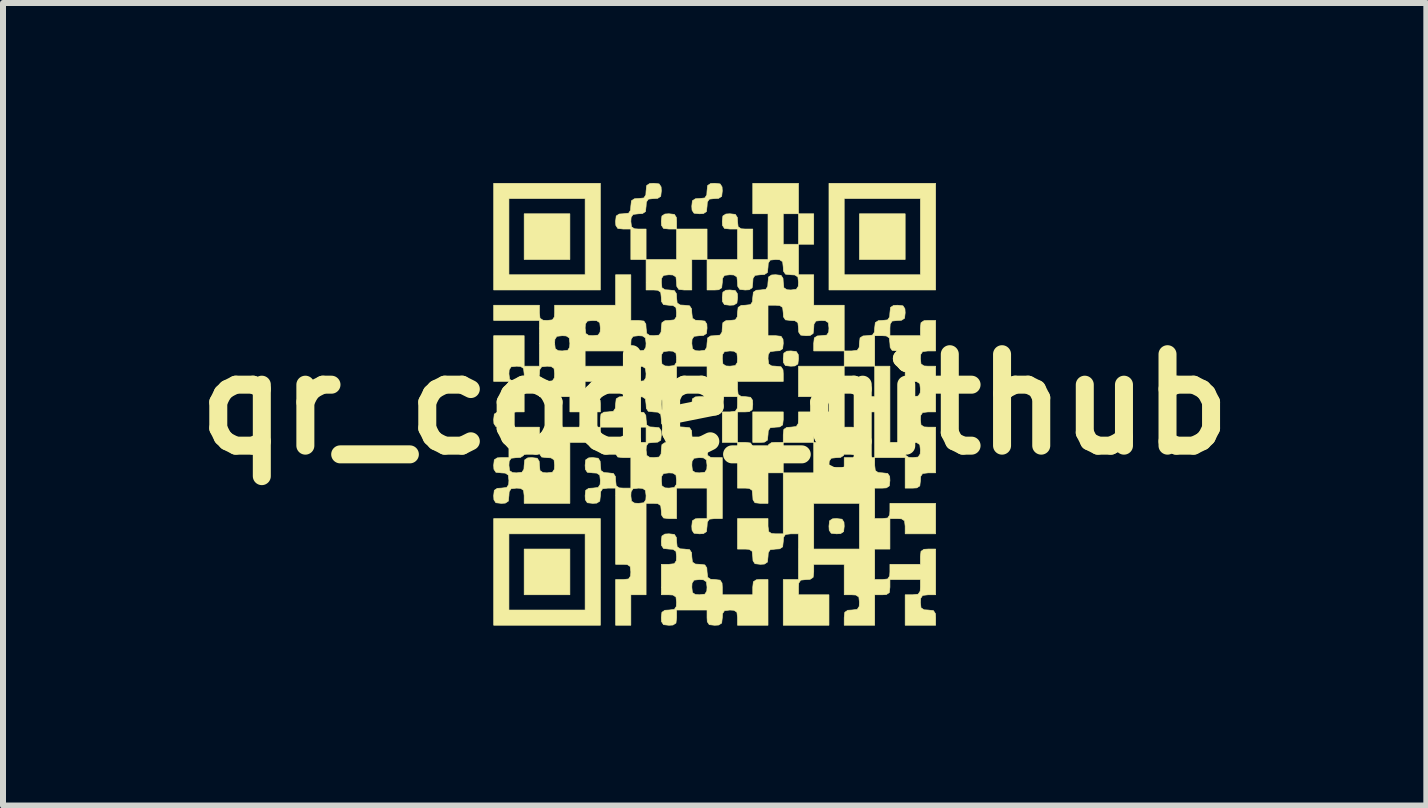
<source format=kicad_pcb>
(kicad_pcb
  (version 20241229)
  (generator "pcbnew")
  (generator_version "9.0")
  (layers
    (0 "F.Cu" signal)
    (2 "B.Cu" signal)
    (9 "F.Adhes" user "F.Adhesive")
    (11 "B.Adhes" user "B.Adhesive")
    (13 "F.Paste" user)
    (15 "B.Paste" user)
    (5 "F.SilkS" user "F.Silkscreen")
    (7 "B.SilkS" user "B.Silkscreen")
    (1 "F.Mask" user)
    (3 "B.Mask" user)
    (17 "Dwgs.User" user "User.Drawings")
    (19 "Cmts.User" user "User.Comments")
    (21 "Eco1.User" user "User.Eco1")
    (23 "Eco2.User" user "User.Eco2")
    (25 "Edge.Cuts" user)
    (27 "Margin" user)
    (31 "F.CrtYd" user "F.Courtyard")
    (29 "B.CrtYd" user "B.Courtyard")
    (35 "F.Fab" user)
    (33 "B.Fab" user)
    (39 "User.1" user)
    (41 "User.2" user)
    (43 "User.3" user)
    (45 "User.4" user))
  (footprint "qr_code_github"
    (layer "F.Cu")
    (at 8.861 3.688)
    (property "Reference" "qr_code_github" (at 0 0 0) (layer "F.SilkS") (effects (font (size 1.524 1.524) (thickness 0.3))))
    (attr through_hole)
    (fp_poly (pts (xy -2.413 -2.413) (xy -3.175 -2.413) (xy -3.175 -3.175) (xy -2.413 -3.175) (xy -2.413 -2.413)) (stroke (width 0.01) (type solid)) (fill yes) (layer "F.SilkS"))
    (fp_poly (pts (xy -2.413 3.175) (xy -3.175 3.175) (xy -3.175 2.413) (xy -2.413 2.413) (xy -2.413 3.175)) (stroke (width 0.01) (type solid)) (fill yes) (layer "F.SilkS"))
    (fp_poly (pts (xy 1.397 -3.175) (xy 1.651 -3.175) (xy 1.651 -2.667) (xy 1.397 -2.667) (xy 1.397 -3.175)) (stroke (width 0.01) (type solid)) (fill yes) (layer "F.SilkS"))
    (fp_poly (pts (xy 3.175 -2.413) (xy 2.413 -2.413) (xy 2.413 -3.175) (xy 3.175 -3.175) (xy 3.175 -2.413)) (stroke (width 0.01) (type solid)) (fill yes) (layer "F.SilkS"))
    (fp_poly (pts (xy -1.905 -1.905) (xy -3.683 -1.905) (xy -3.683 -3.429) (xy -3.429 -3.429) (xy -3.429 -2.159) (xy -2.159 -2.159) (xy -2.159 -3.429) (xy -3.429 -3.429) (xy -3.683 -3.429) (xy -3.683 -3.683) (xy -1.905 -3.683) (xy -1.905 -1.905)) (stroke (width 0.01) (type solid)) (fill yes) (layer "F.SilkS"))
    (fp_poly (pts (xy -1.905 3.683) (xy -3.683 3.683) (xy -3.683 2.159) (xy -3.429 2.159) (xy -3.429 3.429) (xy -2.159 3.429) (xy -2.159 2.159) (xy -3.429 2.159) (xy -3.683 2.159) (xy -3.683 1.905) (xy -1.905 1.905) (xy -1.905 3.683)) (stroke (width 0.01) (type solid)) (fill yes) (layer "F.SilkS"))
    (fp_poly (pts (xy -0.762 -2.921) (xy -0.852 -2.931) (xy -0.885 -2.981) (xy -0.889 -3.048) (xy -0.879 -3.138) (xy -0.829 -3.171) (xy -0.762 -3.175) (xy -0.672 -3.165) (xy -0.639 -3.115) (xy -0.635 -3.048) (xy -0.635 -2.921) (xy -0.762 -2.921)) (stroke (width 0.01) (type solid)) (fill yes) (layer "F.SilkS"))
    (fp_poly (pts (xy -0.127 0) (xy -0.137 0.09) (xy -0.187 0.123) (xy -0.254 0.127) (xy -0.344 0.117) (xy -0.377 0.067) (xy -0.381 0) (xy -0.371 -0.09) (xy -0.321 -0.123) (xy -0.254 -0.127) (xy -0.127 -0.127) (xy -0.127 0)) (stroke (width 0.01) (type solid)) (fill yes) (layer "F.SilkS"))
    (fp_poly (pts (xy 3.683 -1.905) (xy 1.905 -1.905) (xy 1.905 -3.429) (xy 2.159 -3.429) (xy 2.159 -2.159) (xy 3.429 -2.159) (xy 3.429 -3.429) (xy 2.159 -3.429) (xy 1.905 -3.429) (xy 1.905 -3.683) (xy 3.683 -3.683) (xy 3.683 -1.905)) (stroke (width 0.01) (type solid)) (fill yes) (layer "F.SilkS"))
    (fp_poly (pts (xy 0.344 -1.895) (xy 0.377 -1.845) (xy 0.381 -1.778) (xy 0.371 -1.688) (xy 0.321 -1.655) (xy 0.254 -1.651) (xy 0.164 -1.661) (xy 0.131 -1.711) (xy 0.127 -1.778) (xy 0.137 -1.868) (xy 0.187 -1.901) (xy 0.254 -1.905) (xy 0.344 -1.895)) (stroke (width 0.01) (type solid)) (fill yes) (layer "F.SilkS"))
    (fp_poly (pts (xy 1.36 -0.879) (xy 1.393 -0.829) (xy 1.397 -0.762) (xy 1.387 -0.672) (xy 1.337 -0.639) (xy 1.27 -0.635) (xy 1.18 -0.645) (xy 1.147 -0.695) (xy 1.143 -0.762) (xy 1.153 -0.852) (xy 1.203 -0.885) (xy 1.27 -0.889) (xy 1.36 -0.879)) (stroke (width 0.01) (type solid)) (fill yes) (layer "F.SilkS"))
    (fp_poly (pts (xy 2.122 1.915) (xy 2.155 1.965) (xy 2.159 2.032) (xy 2.149 2.122) (xy 2.099 2.155) (xy 2.032 2.159) (xy 1.942 2.149) (xy 1.909 2.099) (xy 1.905 2.032) (xy 1.915 1.942) (xy 1.965 1.909) (xy 2.032 1.905) (xy 2.122 1.915)) (stroke (width 0.01) (type solid)) (fill yes) (layer "F.SilkS"))
    (fp_poly (pts (xy 1.143 0.254) (xy 1.133 0.344) (xy 1.083 0.377) (xy 1.016 0.381) (xy 0.926 0.391) (xy 0.893 0.441) (xy 0.889 0.508) (xy 0.879 0.598) (xy 0.829 0.631) (xy 0.762 0.635) (xy 0.635 0.635) (xy 0.635 0.127) (xy 1.143 0.127) (xy 1.143 0.254)) (stroke (width 0.01) (type solid)) (fill yes) (layer "F.SilkS"))
    (fp_poly (pts (xy 0.09 -3.673) (xy 0.123 -3.623) (xy 0.127 -3.556) (xy 0.117 -3.466) (xy 0.067 -3.433) (xy 0 -3.429) (xy -0.09 -3.419) (xy -0.123 -3.369) (xy -0.127 -3.302) (xy -0.137 -3.212) (xy -0.187 -3.179) (xy -0.254 -3.175) (xy -0.344 -3.185) (xy -0.377 -3.235) (xy -0.381 -3.302) (xy -0.371 -3.392) (xy -0.321 -3.425) (xy -0.254 -3.429) (xy -0.164 -3.439) (xy -0.131 -3.489) (xy -0.127 -3.556) (xy -0.117 -3.646) (xy -0.067 -3.679) (xy 0 -3.683) (xy 0.09 -3.673)) (stroke (width 0.01) (type solid)) (fill yes) (layer "F.SilkS"))
    (fp_poly (pts (xy -1.397 -2.413) (xy -1.397 -2.921) (xy -1.524 -2.921) (xy -1.614 -2.931) (xy -1.647 -2.981) (xy -1.651 -3.048) (xy -1.641 -3.138) (xy -1.591 -3.171) (xy -1.524 -3.175) (xy -1.434 -3.185) (xy -1.401 -3.235) (xy -1.397 -3.302) (xy -1.387 -3.392) (xy -1.337 -3.425) (xy -1.27 -3.429) (xy -1.18 -3.439) (xy -1.147 -3.489) (xy -1.143 -3.556) (xy -1.133 -3.646) (xy -1.083 -3.679) (xy -1.016 -3.683) (xy -0.926 -3.673) (xy -0.893 -3.623) (xy -0.889 -3.556) (xy -0.899 -3.466) (xy -0.949 -3.433) (xy -1.016 -3.429) (xy -1.106 -3.419) (xy -1.139 -3.369) (xy -1.143 -3.302) (xy -1.153 -3.212) (xy -1.203 -3.179) (xy -1.27 -3.175) (xy -1.36 -3.165) (xy -1.393 -3.115) (xy -1.397 -3.048) (xy -1.387 -2.958) (xy -1.337 -2.925) (xy -1.27 -2.921) (xy -1.143 -2.921) (xy -1.143 -2.413) (xy -1.397 -2.413)) (stroke (width 0.01) (type solid)) (fill yes) (layer "F.SilkS"))
    (fp_poly (pts (xy -0.672 2.169) (xy -0.639 2.219) (xy -0.635 2.286) (xy -0.625 2.376) (xy -0.575 2.409) (xy -0.508 2.413) (xy -0.418 2.423) (xy -0.385 2.473) (xy -0.381 2.54) (xy -0.371 2.63) (xy -0.321 2.663) (xy -0.254 2.667) (xy -0.164 2.677) (xy -0.131 2.727) (xy -0.127 2.794) (xy -0.117 2.884) (xy -0.067 2.917) (xy 0 2.921) (xy 0.09 2.931) (xy 0.123 2.981) (xy 0.127 3.048) (xy 0.127 3.175) (xy 0.635 3.175) (xy 0.635 3.048) (xy 0.645 2.958) (xy 0.695 2.925) (xy 0.762 2.921) (xy 0.889 2.921) (xy 0.889 3.683) (xy 0.381 3.683) (xy 0.381 3.556) (xy 0.371 3.466) (xy 0.321 3.433) (xy 0.254 3.429) (xy 0.164 3.439) (xy 0.131 3.489) (xy 0.127 3.556) (xy 0.117 3.646) (xy 0.067 3.679) (xy 0 3.683) (xy -0.09 3.673) (xy -0.123 3.623) (xy -0.127 3.556) (xy -0.127 3.429) (xy -0.635 3.429) (xy -0.635 3.556) (xy -0.645 3.646) (xy -0.695 3.679) (xy -0.762 3.683) (xy -0.852 3.673) (xy -0.885 3.623) (xy -0.889 3.556) (xy -0.879 3.466) (xy -0.829 3.433) (xy -0.762 3.429) (xy -0.672 3.419) (xy -0.639 3.369) (xy -0.635 3.302) (xy -0.645 3.212) (xy -0.695 3.179) (xy -0.762 3.175) (xy -0.889 3.175) (xy -0.889 3.048) (xy -0.381 3.048) (xy -0.371 3.138) (xy -0.321 3.171) (xy -0.254 3.175) (xy -0.164 3.165) (xy -0.131 3.115) (xy -0.127 3.048) (xy -0.137 2.958) (xy -0.187 2.925) (xy -0.254 2.921) (xy -0.344 2.931) (xy -0.377 2.981) (xy -0.381 3.048) (xy -0.889 3.048) (xy -0.889 2.667) (xy -0.762 2.667) (xy -0.672 2.657) (xy -0.639 2.607) (xy -0.635 2.54) (xy -0.645 2.45) (xy -0.695 2.417) (xy -0.762 2.413) (xy -0.852 2.403) (xy -0.885 2.353) (xy -0.889 2.286) (xy -0.879 2.196) (xy -0.829 2.163) (xy -0.762 2.159) (xy -0.672 2.169)) (stroke (width 0.01) (type solid)) (fill yes) (layer "F.SilkS"))
    (fp_poly (pts (xy 1.397 -2.159) (xy 1.651 -2.159) (xy 1.651 -1.651) (xy 2.159 -1.651) (xy 2.159 -0.889) (xy 2.286 -0.889) (xy 2.376 -0.899) (xy 2.409 -0.949) (xy 2.413 -1.016) (xy 2.423 -1.106) (xy 2.473 -1.139) (xy 2.54 -1.143) (xy 2.667 -1.143) (xy 2.667 -0.635) (xy 2.921 -0.635) (xy 2.921 0.635) (xy 3.048 0.635) (xy 3.138 0.645) (xy 3.171 0.695) (xy 3.175 0.762) (xy 3.185 0.852) (xy 3.235 0.885) (xy 3.302 0.889) (xy 3.392 0.879) (xy 3.425 0.829) (xy 3.429 0.762) (xy 3.419 0.672) (xy 3.369 0.639) (xy 3.302 0.635) (xy 3.175 0.635) (xy 3.175 -0.127) (xy 3.302 -0.127) (xy 3.392 -0.137) (xy 3.425 -0.187) (xy 3.429 -0.254) (xy 3.419 -0.344) (xy 3.369 -0.377) (xy 3.302 -0.381) (xy 3.175 -0.381) (xy 3.175 -0.889) (xy 3.048 -0.889) (xy 2.958 -0.899) (xy 2.925 -0.949) (xy 2.921 -1.016) (xy 2.911 -1.106) (xy 2.861 -1.139) (xy 2.794 -1.143) (xy 2.667 -1.143) (xy 2.54 -1.143) (xy 2.63 -1.153) (xy 2.663 -1.203) (xy 2.667 -1.27) (xy 2.677 -1.36) (xy 2.727 -1.393) (xy 2.794 -1.397) (xy 2.884 -1.407) (xy 2.917 -1.457) (xy 2.921 -1.524) (xy 2.931 -1.614) (xy 2.981 -1.647) (xy 3.048 -1.651) (xy 3.138 -1.641) (xy 3.171 -1.591) (xy 3.175 -1.524) (xy 3.165 -1.434) (xy 3.115 -1.401) (xy 3.048 -1.397) (xy 2.958 -1.387) (xy 2.925 -1.337) (xy 2.921 -1.27) (xy 2.921 -1.143) (xy 3.429 -1.143) (xy 3.429 -1.27) (xy 3.439 -1.36) (xy 3.489 -1.393) (xy 3.556 -1.397) (xy 3.683 -1.397) (xy 3.683 -0.889) (xy 3.556 -0.889) (xy 3.466 -0.879) (xy 3.433 -0.829) (xy 3.429 -0.762) (xy 3.439 -0.672) (xy 3.489 -0.639) (xy 3.556 -0.635) (xy 3.683 -0.635) (xy 3.683 0.127) (xy 3.556 0.127) (xy 3.466 0.137) (xy 3.433 0.187) (xy 3.429 0.254) (xy 3.439 0.344) (xy 3.489 0.377) (xy 3.556 0.381) (xy 3.683 0.381) (xy 3.683 1.143) (xy 3.556 1.143) (xy 3.466 1.153) (xy 3.433 1.203) (xy 3.429 1.27) (xy 3.419 1.36) (xy 3.369 1.393) (xy 3.302 1.397) (xy 3.175 1.397) (xy 3.175 0.889) (xy 2.667 0.889) (xy 2.667 1.016) (xy 2.677 1.106) (xy 2.727 1.139) (xy 2.794 1.143) (xy 2.884 1.153) (xy 2.917 1.203) (xy 2.921 1.27) (xy 2.911 1.36) (xy 2.861 1.393) (xy 2.794 1.397) (xy 2.667 1.397) (xy 2.667 1.905) (xy 2.794 1.905) (xy 2.884 1.895) (xy 2.917 1.845) (xy 2.921 1.778) (xy 2.921 1.651) (xy 3.683 1.651) (xy 3.683 2.159) (xy 3.175 2.159) (xy 3.175 2.032) (xy 3.165 1.942) (xy 3.115 1.909) (xy 3.048 1.905) (xy 2.921 1.905) (xy 2.921 2.413) (xy 2.667 2.413) (xy 2.667 2.921) (xy 2.794 2.921) (xy 2.884 2.911) (xy 2.917 2.861) (xy 2.921 2.794) (xy 2.921 2.667) (xy 3.429 2.667) (xy 3.429 2.54) (xy 3.439 2.45) (xy 3.489 2.417) (xy 3.556 2.413) (xy 3.683 2.413) (xy 3.683 3.175) (xy 3.556 3.175) (xy 3.466 3.185) (xy 3.433 3.235) (xy 3.429 3.302) (xy 3.439 3.392) (xy 3.489 3.425) (xy 3.556 3.429) (xy 3.646 3.439) (xy 3.679 3.489) (xy 3.683 3.556) (xy 3.683 3.683) (xy 3.175 3.683) (xy 3.175 3.175) (xy 3.302 3.175) (xy 3.392 3.165) (xy 3.425 3.115) (xy 3.429 3.048) (xy 3.429 2.921) (xy 2.921 2.921) (xy 2.921 3.048) (xy 2.911 3.138) (xy 2.861 3.171) (xy 2.794 3.175) (xy 2.667 3.175) (xy 2.667 3.683) (xy 2.159 3.683) (xy 2.159 3.556) (xy 2.169 3.466) (xy 2.219 3.433) (xy 2.286 3.429) (xy 2.376 3.419) (xy 2.409 3.369) (xy 2.413 3.302) (xy 2.403 3.212) (xy 2.353 3.179) (xy 2.286 3.175) (xy 2.159 3.175) (xy 2.159 2.667) (xy 1.651 2.667) (xy 1.651 2.794) (xy 1.641 2.884) (xy 1.591 2.917) (xy 1.524 2.921) (xy 1.434 2.931) (xy 1.401 2.981) (xy 1.397 3.048) (xy 1.397 3.175) (xy 1.905 3.175) (xy 1.905 3.683) (xy 1.143 3.683) (xy 1.143 2.921) (xy 1.397 2.921) (xy 1.397 2.159) (xy 1.27 2.159) (xy 1.18 2.169) (xy 1.147 2.219) (xy 1.143 2.286) (xy 1.133 2.376) (xy 1.083 2.409) (xy 1.016 2.413) (xy 0.926 2.423) (xy 0.893 2.473) (xy 0.889 2.54) (xy 0.879 2.63) (xy 0.829 2.663) (xy 0.762 2.667) (xy 0.672 2.657) (xy 0.639 2.607) (xy 0.635 2.54) (xy 0.625 2.45) (xy 0.575 2.417) (xy 0.508 2.413) (xy 0.381 2.413) (xy 0.381 1.905) (xy 0.889 1.905) (xy 0.889 2.032) (xy 0.899 2.122) (xy 0.949 2.155) (xy 1.016 2.159) (xy 1.143 2.159) (xy 1.143 1.651) (xy 1.651 1.651) (xy 1.651 2.413) (xy 2.413 2.413) (xy 2.413 1.651) (xy 1.651 1.651) (xy 1.143 1.651) (xy 1.143 1.143) (xy 0.889 1.143) (xy 0.889 1.651) (xy 0.762 1.651) (xy 0.672 1.641) (xy 0.639 1.591) (xy 0.635 1.524) (xy 0.625 1.434) (xy 0.575 1.401) (xy 0.508 1.397) (xy 0.381 1.397) (xy 0.381 0.635) (xy 0.127 0.635) (xy 0.127 0.127) (xy 0.254 0.127) (xy 0.344 0.117) (xy 0.377 0.067) (xy 0.381 0) (xy 0.381 -0.127) (xy -0.127 -0.127) (xy -0.127 -0.381) (xy 0.381 -0.381) (xy 0.381 -0.254) (xy 0.391 -0.164) (xy 0.441 -0.131) (xy 0.508 -0.127) (xy 0.598 -0.117) (xy 0.631 -0.067) (xy 0.635 0) (xy 0.625 0.09) (xy 0.575 0.123) (xy 0.508 0.127) (xy 0.381 0.127) (xy 0.381 0.635) (xy 0.508 0.635) (xy 0.598 0.645) (xy 0.631 0.695) (xy 0.635 0.762) (xy 0.645 0.852) (xy 0.695 0.885) (xy 0.762 0.889) (xy 0.852 0.879) (xy 0.885 0.829) (xy 0.889 0.762) (xy 0.899 0.672) (xy 0.949 0.639) (xy 1.016 0.635) (xy 1.143 0.635) (xy 1.143 1.143) (xy 1.651 1.143) (xy 1.651 1.016) (xy 1.905 1.016) (xy 1.915 1.106) (xy 1.965 1.139) (xy 2.032 1.143) (xy 2.122 1.133) (xy 2.155 1.083) (xy 2.159 1.016) (xy 2.159 0.889) (xy 2.667 0.889) (xy 2.667 0.127) (xy 2.54 0.127) (xy 2.45 0.117) (xy 2.417 0.067) (xy 2.413 0) (xy 2.423 -0.09) (xy 2.473 -0.123) (xy 2.54 -0.127) (xy 2.667 -0.127) (xy 2.667 -0.635) (xy 2.159 -0.635) (xy 2.159 0.381) (xy 2.286 0.381) (xy 2.376 0.391) (xy 2.409 0.441) (xy 2.413 0.508) (xy 2.403 0.598) (xy 2.353 0.631) (xy 2.286 0.635) (xy 2.196 0.645) (xy 2.163 0.695) (xy 2.159 0.762) (xy 2.149 0.852) (xy 2.099 0.885) (xy 2.032 0.889) (xy 1.942 0.899) (xy 1.909 0.949) (xy 1.905 1.016) (xy 1.651 1.016) (xy 1.651 0.635) (xy 1.143 0.635) (xy 1.143 0.508) (xy 1.651 0.508) (xy 1.651 0.635) (xy 1.778 0.635) (xy 1.868 0.625) (xy 1.901 0.575) (xy 1.905 0.508) (xy 1.895 0.418) (xy 1.845 0.385) (xy 1.778 0.381) (xy 1.688 0.391) (xy 1.655 0.441) (xy 1.651 0.508) (xy 1.143 0.508) (xy 1.153 0.418) (xy 1.203 0.385) (xy 1.27 0.381) (xy 1.36 0.371) (xy 1.393 0.321) (xy 1.397 0.254) (xy 1.397 0.127) (xy 1.905 0.127) (xy 1.905 -0.127) (xy 1.397 -0.127) (xy 1.397 -0.635) (xy 2.159 -0.635) (xy 2.159 -0.889) (xy 1.651 -0.889) (xy 1.651 -1.016) (xy 1.661 -1.106) (xy 1.711 -1.139) (xy 1.778 -1.143) (xy 1.868 -1.153) (xy 1.901 -1.203) (xy 1.905 -1.27) (xy 1.895 -1.36) (xy 1.845 -1.393) (xy 1.778 -1.397) (xy 1.688 -1.387) (xy 1.655 -1.337) (xy 1.651 -1.27) (xy 1.641 -1.18) (xy 1.591 -1.147) (xy 1.524 -1.143) (xy 1.434 -1.153) (xy 1.401 -1.203) (xy 1.397 -1.27) (xy 1.387 -1.36) (xy 1.337 -1.393) (xy 1.27 -1.397) (xy 1.18 -1.407) (xy 1.147 -1.457) (xy 1.143 -1.524) (xy 1.133 -1.614) (xy 1.083 -1.647) (xy 1.016 -1.651) (xy 0.889 -1.651) (xy 0.889 -1.143) (xy 1.016 -1.143) (xy 1.106 -1.133) (xy 1.139 -1.083) (xy 1.143 -1.016) (xy 1.133 -0.926) (xy 1.083 -0.893) (xy 1.016 -0.889) (xy 0.926 -0.879) (xy 0.893 -0.829) (xy 0.889 -0.762) (xy 0.899 -0.672) (xy 0.949 -0.639) (xy 1.016 -0.635) (xy 1.106 -0.625) (xy 1.139 -0.575) (xy 1.143 -0.508) (xy 1.143 -0.381) (xy 0.381 -0.381) (xy -0.127 -0.381) (xy -0.127 -0.635) (xy -0.635 -0.635) (xy -0.635 -0.127) (xy -0.762 -0.127) (xy -0.852 -0.117) (xy -0.885 -0.067) (xy -0.889 0) (xy -0.879 0.09) (xy -0.829 0.123) (xy -0.762 0.127) (xy -0.672 0.137) (xy -0.639 0.187) (xy -0.635 0.254) (xy -0.625 0.344) (xy -0.575 0.377) (xy -0.508 0.381) (xy -0.418 0.391) (xy -0.385 0.441) (xy -0.381 0.508) (xy -0.371 0.598) (xy -0.321 0.631) (xy -0.254 0.635) (xy -0.164 0.645) (xy -0.131 0.695) (xy -0.127 0.762) (xy -0.117 0.852) (xy -0.067 0.885) (xy 0 0.889) (xy 0.127 0.889) (xy 0.127 1.905) (xy 0 1.905) (xy -0.09 1.915) (xy -0.123 1.965) (xy -0.127 2.032) (xy -0.137 2.122) (xy -0.187 2.155) (xy -0.254 2.159) (xy -0.344 2.149) (xy -0.377 2.099) (xy -0.381 2.032) (xy -0.371 1.942) (xy -0.321 1.909) (xy -0.254 1.905) (xy -0.127 1.905) (xy -0.127 1.397) (xy -0.635 1.397) (xy -0.635 1.905) (xy -0.762 1.905) (xy -0.852 1.895) (xy -0.885 1.845) (xy -0.889 1.778) (xy -0.899 1.688) (xy -0.949 1.655) (xy -1.016 1.651) (xy -1.143 1.651) (xy -1.143 3.175) (xy -1.397 3.175) (xy -1.397 3.683) (xy -1.651 3.683) (xy -1.651 2.921) (xy -1.524 2.921) (xy -1.434 2.911) (xy -1.401 2.861) (xy -1.397 2.794) (xy -1.407 2.704) (xy -1.457 2.671) (xy -1.524 2.667) (xy -1.651 2.667) (xy -1.651 1.524) (xy -1.397 1.524) (xy -1.387 1.614) (xy -1.337 1.647) (xy -1.27 1.651) (xy -1.18 1.641) (xy -1.147 1.591) (xy -1.143 1.524) (xy -1.153 1.434) (xy -1.203 1.401) (xy -1.27 1.397) (xy -1.36 1.407) (xy -1.393 1.457) (xy -1.397 1.524) (xy -1.651 1.524) (xy -1.651 1.397) (xy -1.778 1.397) (xy -1.868 1.407) (xy -1.901 1.457) (xy -1.905 1.524) (xy -1.915 1.614) (xy -1.965 1.647) (xy -2.032 1.651) (xy -2.122 1.641) (xy -2.155 1.591) (xy -2.159 1.524) (xy -2.149 1.434) (xy -2.099 1.401) (xy -2.032 1.397) (xy -1.942 1.387) (xy -1.909 1.337) (xy -1.905 1.27) (xy -1.915 1.18) (xy -1.965 1.147) (xy -2.032 1.143) (xy -2.122 1.133) (xy -2.155 1.083) (xy -2.159 1.016) (xy -2.149 0.926) (xy -2.099 0.893) (xy -2.032 0.889) (xy -1.942 0.899) (xy -1.909 0.949) (xy -1.905 1.016) (xy -1.895 1.106) (xy -1.845 1.139) (xy -1.778 1.143) (xy -1.688 1.153) (xy -1.655 1.203) (xy -1.651 1.27) (xy -1.641 1.36) (xy -1.591 1.393) (xy -1.524 1.397) (xy -1.397 1.397) (xy -1.397 1.27) (xy -0.889 1.27) (xy -0.879 1.36) (xy -0.829 1.393) (xy -0.762 1.397) (xy -0.672 1.387) (xy -0.639 1.337) (xy -0.635 1.27) (xy -0.645 1.18) (xy -0.695 1.147) (xy -0.762 1.143) (xy -0.852 1.153) (xy -0.885 1.203) (xy -0.889 1.27) (xy -1.397 1.27) (xy -1.397 1.016) (xy -0.381 1.016) (xy -0.371 1.106) (xy -0.321 1.139) (xy -0.254 1.143) (xy -0.164 1.133) (xy -0.131 1.083) (xy -0.127 1.016) (xy -0.137 0.926) (xy -0.187 0.893) (xy -0.254 0.889) (xy -0.344 0.899) (xy -0.377 0.949) (xy -0.381 1.016) (xy -1.397 1.016) (xy -1.397 0.889) (xy -1.524 0.889) (xy -1.614 0.879) (xy -1.647 0.829) (xy -1.651 0.762) (xy -1.651 0.635) (xy -1.143 0.635) (xy -1.143 0.381) (xy -1.905 0.381) (xy -1.905 0.635) (xy -2.413 0.635) (xy -2.413 1.651) (xy -3.175 1.651) (xy -3.175 1.524) (xy -3.185 1.434) (xy -3.235 1.401) (xy -3.302 1.397) (xy -3.392 1.407) (xy -3.425 1.457) (xy -3.429 1.524) (xy -3.439 1.614) (xy -3.489 1.647) (xy -3.556 1.651) (xy -3.646 1.641) (xy -3.679 1.591) (xy -3.683 1.524) (xy -3.673 1.434) (xy -3.623 1.401) (xy -3.556 1.397) (xy -3.466 1.387) (xy -3.433 1.337) (xy -3.429 1.27) (xy -3.439 1.18) (xy -3.489 1.147) (xy -3.556 1.143) (xy -3.646 1.133) (xy -3.679 1.083) (xy -3.683 1.016) (xy -3.673 0.926) (xy -3.623 0.893) (xy -3.556 0.889) (xy -3.429 0.889) (xy -3.429 0.381) (xy -3.556 0.381) (xy -3.646 0.371) (xy -3.679 0.321) (xy -3.683 0.254) (xy -3.673 0.164) (xy -3.623 0.131) (xy -3.556 0.127) (xy -3.429 0.127) (xy -3.429 -0.381) (xy -3.683 -0.381) (xy -3.683 -0.508) (xy -3.429 -0.508) (xy -3.419 -0.418) (xy -3.369 -0.385) (xy -3.302 -0.381) (xy -3.175 -0.381) (xy -3.175 0.127) (xy -3.302 0.127) (xy -3.392 0.137) (xy -3.425 0.187) (xy -3.429 0.254) (xy -3.429 0.381) (xy -2.921 0.381) (xy -2.921 0.508) (xy -2.931 0.598) (xy -2.981 0.631) (xy -3.048 0.635) (xy -3.138 0.645) (xy -3.171 0.695) (xy -3.175 0.762) (xy -3.185 0.852) (xy -3.235 0.885) (xy -3.302 0.889) (xy -3.392 0.899) (xy -3.425 0.949) (xy -3.429 1.016) (xy -3.419 1.106) (xy -3.369 1.139) (xy -3.302 1.143) (xy -3.212 1.133) (xy -3.179 1.083) (xy -3.175 1.016) (xy -3.165 0.926) (xy -3.115 0.893) (xy -3.048 0.889) (xy -2.958 0.899) (xy -2.925 0.949) (xy -2.921 1.016) (xy -2.911 1.106) (xy -2.861 1.139) (xy -2.794 1.143) (xy -2.704 1.133) (xy -2.671 1.083) (xy -2.667 1.016) (xy -2.677 0.926) (xy -2.727 0.893) (xy -2.794 0.889) (xy -2.884 0.879) (xy -2.917 0.829) (xy -2.921 0.762) (xy -2.911 0.672) (xy -2.861 0.639) (xy -2.794 0.635) (xy -2.704 0.625) (xy -2.671 0.575) (xy -2.667 0.508) (xy -2.667 0.381) (xy -1.905 0.381) (xy -1.905 0.254) (xy -1.895 0.164) (xy -1.845 0.131) (xy -1.778 0.127) (xy -1.688 0.117) (xy -1.655 0.067) (xy -1.651 0) (xy -1.641 -0.09) (xy -1.591 -0.123) (xy -1.524 -0.127) (xy -1.434 -0.117) (xy -1.401 -0.067) (xy -1.397 0) (xy -1.387 0.09) (xy -1.337 0.123) (xy -1.27 0.127) (xy -1.18 0.137) (xy -1.147 0.187) (xy -1.143 0.254) (xy -1.133 0.344) (xy -1.083 0.377) (xy -1.016 0.381) (xy -0.926 0.391) (xy -0.893 0.441) (xy -0.889 0.508) (xy -0.899 0.598) (xy -0.949 0.631) (xy -1.016 0.635) (xy -1.106 0.645) (xy -1.139 0.695) (xy -1.143 0.762) (xy -1.133 0.852) (xy -1.083 0.885) (xy -1.016 0.889) (xy -0.926 0.879) (xy -0.893 0.829) (xy -0.889 0.762) (xy -0.879 0.672) (xy -0.829 0.639) (xy -0.762 0.635) (xy -0.672 0.625) (xy -0.639 0.575) (xy -0.635 0.508) (xy -0.645 0.418) (xy -0.695 0.385) (xy -0.762 0.381) (xy -0.852 0.371) (xy -0.885 0.321) (xy -0.889 0.254) (xy -0.899 0.164) (xy -0.949 0.131) (xy -1.016 0.127) (xy -1.106 0.117) (xy -1.139 0.067) (xy -1.143 0) (xy -1.153 -0.09) (xy -1.203 -0.123) (xy -1.27 -0.127) (xy -1.36 -0.137) (xy -1.393 -0.187) (xy -1.397 -0.254) (xy -1.387 -0.344) (xy -1.337 -0.377) (xy -1.27 -0.381) (xy -1.18 -0.391) (xy -1.147 -0.441) (xy -1.143 -0.508) (xy -1.153 -0.598) (xy -1.203 -0.631) (xy -1.27 -0.635) (xy -1.36 -0.645) (xy -1.393 -0.695) (xy -1.397 -0.762) (xy -0.889 -0.762) (xy -0.879 -0.672) (xy -0.829 -0.639) (xy -0.762 -0.635) (xy -0.672 -0.645) (xy -0.639 -0.695) (xy -0.635 -0.762) (xy 0.127 -0.762) (xy 0.137 -0.672) (xy 0.187 -0.639) (xy 0.254 -0.635) (xy 0.344 -0.645) (xy 0.377 -0.695) (xy 0.381 -0.762) (xy 0.371 -0.852) (xy 0.321 -0.885) (xy 0.254 -0.889) (xy 0.164 -0.879) (xy 0.131 -0.829) (xy 0.127 -0.762) (xy -0.635 -0.762) (xy -0.645 -0.852) (xy -0.695 -0.885) (xy -0.762 -0.889) (xy -0.852 -0.879) (xy -0.885 -0.829) (xy -0.889 -0.762) (xy -1.397 -0.762) (xy -1.387 -0.852) (xy -1.337 -0.885) (xy -1.27 -0.889) (xy -1.18 -0.899) (xy -1.147 -0.949) (xy -1.143 -1.016) (xy -1.153 -1.106) (xy -1.203 -1.139) (xy -1.27 -1.143) (xy -1.36 -1.133) (xy -1.393 -1.083) (xy -1.397 -1.016) (xy -1.397 -0.889) (xy -2.159 -0.889) (xy -2.159 -0.635) (xy -1.397 -0.635) (xy -1.397 -0.381) (xy -2.159 -0.381) (xy -2.159 -0.254) (xy -2.149 -0.164) (xy -2.099 -0.131) (xy -2.032 -0.127) (xy -1.942 -0.117) (xy -1.909 -0.067) (xy -1.905 0) (xy -1.905 0.127) (xy -2.413 0.127) (xy -2.413 -0.127) (xy -2.921 -0.127) (xy -2.921 -0.254) (xy -2.911 -0.344) (xy -2.861 -0.377) (xy -2.794 -0.381) (xy -2.704 -0.391) (xy -2.671 -0.441) (xy -2.667 -0.508) (xy -2.677 -0.598) (xy -2.727 -0.631) (xy -2.794 -0.635) (xy -2.884 -0.625) (xy -2.917 -0.575) (xy -2.921 -0.508) (xy -2.931 -0.418) (xy -2.981 -0.385) (xy -3.048 -0.381) (xy -3.138 -0.391) (xy -3.171 -0.441) (xy -3.175 -0.508) (xy -3.185 -0.598) (xy -3.235 -0.631) (xy -3.302 -0.635) (xy -3.392 -0.625) (xy -3.425 -0.575) (xy -3.429 -0.508) (xy -3.683 -0.508) (xy -3.683 -1.143) (xy -3.175 -1.143) (xy -3.175 -0.635) (xy -2.921 -0.635) (xy -2.921 -1.016) (xy -2.667 -1.016) (xy -2.657 -0.926) (xy -2.607 -0.893) (xy -2.54 -0.889) (xy -2.45 -0.899) (xy -2.417 -0.949) (xy -2.413 -1.016) (xy -2.423 -1.106) (xy -2.473 -1.139) (xy -2.54 -1.143) (xy -2.63 -1.133) (xy -2.663 -1.083) (xy -2.667 -1.016) (xy -2.921 -1.016) (xy -2.921 -1.27) (xy -2.159 -1.27) (xy -2.149 -1.18) (xy -2.099 -1.147) (xy -2.032 -1.143) (xy -1.942 -1.153) (xy -1.909 -1.203) (xy -1.905 -1.27) (xy -1.915 -1.36) (xy -1.965 -1.393) (xy -2.032 -1.397) (xy -2.122 -1.387) (xy -2.155 -1.337) (xy -2.159 -1.27) (xy -2.921 -1.27) (xy -2.921 -1.397) (xy -3.683 -1.397) (xy -3.683 -1.651) (xy -2.921 -1.651) (xy -2.921 -1.524) (xy -2.911 -1.434) (xy -2.861 -1.401) (xy -2.794 -1.397) (xy -2.704 -1.407) (xy -2.671 -1.457) (xy -2.667 -1.524) (xy -2.667 -1.651) (xy -1.651 -1.651) (xy -1.651 -2.159) (xy -1.397 -2.159) (xy -1.397 -1.397) (xy -1.27 -1.397) (xy -1.18 -1.387) (xy -1.147 -1.337) (xy -1.143 -1.27) (xy -1.133 -1.18) (xy -1.083 -1.147) (xy -1.016 -1.143) (xy -0.926 -1.153) (xy -0.893 -1.203) (xy -0.889 -1.27) (xy -0.879 -1.36) (xy -0.829 -1.393) (xy -0.762 -1.397) (xy -0.672 -1.407) (xy -0.639 -1.457) (xy -0.635 -1.524) (xy -0.645 -1.614) (xy -0.695 -1.647) (xy -0.762 -1.651) (xy -0.852 -1.661) (xy -0.885 -1.711) (xy -0.889 -1.778) (xy -0.899 -1.868) (xy -0.949 -1.901) (xy -1.016 -1.905) (xy -1.143 -1.905) (xy -1.143 -2.032) (xy -0.889 -2.032) (xy -0.879 -1.942) (xy -0.829 -1.909) (xy -0.762 -1.905) (xy -0.672 -1.895) (xy -0.639 -1.845) (xy -0.635 -1.778) (xy -0.625 -1.688) (xy -0.575 -1.655) (xy -0.508 -1.651) (xy -0.418 -1.641) (xy -0.385 -1.591) (xy -0.381 -1.524) (xy -0.371 -1.434) (xy -0.321 -1.401) (xy -0.254 -1.397) (xy -0.164 -1.387) (xy -0.131 -1.337) (xy -0.127 -1.27) (xy -0.137 -1.18) (xy -0.187 -1.147) (xy -0.254 -1.143) (xy -0.344 -1.133) (xy -0.377 -1.083) (xy -0.381 -1.016) (xy -0.371 -0.926) (xy -0.321 -0.893) (xy -0.254 -0.889) (xy -0.164 -0.899) (xy -0.131 -0.949) (xy -0.127 -1.016) (xy -0.117 -1.106) (xy -0.067 -1.139) (xy 0 -1.143) (xy 0.09 -1.153) (xy 0.123 -1.203) (xy 0.127 -1.27) (xy 0.137 -1.36) (xy 0.187 -1.393) (xy 0.254 -1.397) (xy 0.344 -1.407) (xy 0.377 -1.457) (xy 0.381 -1.524) (xy 0.391 -1.614) (xy 0.441 -1.647) (xy 0.508 -1.651) (xy 0.598 -1.661) (xy 0.631 -1.711) (xy 0.635 -1.778) (xy 0.645 -1.868) (xy 0.695 -1.901) (xy 0.762 -1.905) (xy 0.852 -1.915) (xy 0.885 -1.965) (xy 0.889 -2.032) (xy 0.899 -2.122) (xy 0.949 -2.155) (xy 1.016 -2.159) (xy 1.106 -2.149) (xy 1.139 -2.099) (xy 1.143 -2.032) (xy 1.153 -1.942) (xy 1.203 -1.909) (xy 1.27 -1.905) (xy 1.36 -1.915) (xy 1.393 -1.965) (xy 1.397 -2.032) (xy 1.387 -2.122) (xy 1.337 -2.155) (xy 1.27 -2.159) (xy 1.18 -2.169) (xy 1.147 -2.219) (xy 1.143 -2.286) (xy 1.133 -2.376) (xy 1.083 -2.409) (xy 1.016 -2.413) (xy 0.926 -2.403) (xy 0.893 -2.353) (xy 0.889 -2.286) (xy 0.879 -2.196) (xy 0.829 -2.163) (xy 0.762 -2.159) (xy 0.672 -2.149) (xy 0.639 -2.099) (xy 0.635 -2.032) (xy 0.625 -1.942) (xy 0.575 -1.909) (xy 0.508 -1.905) (xy 0.418 -1.915) (xy 0.385 -1.965) (xy 0.381 -2.032) (xy 0.371 -2.122) (xy 0.321 -2.155) (xy 0.254 -2.159) (xy 0.164 -2.149) (xy 0.131 -2.099) (xy 0.127 -2.032) (xy 0.117 -1.942) (xy 0.067 -1.909) (xy 0 -1.905) (xy -0.127 -1.905) (xy -0.127 -2.413) (xy -0.381 -2.413) (xy -0.381 -1.905) (xy -0.508 -1.905) (xy -0.598 -1.915) (xy -0.631 -1.965) (xy -0.635 -2.032) (xy -0.645 -2.122) (xy -0.695 -2.155) (xy -0.762 -2.159) (xy -0.852 -2.149) (xy -0.885 -2.099) (xy -0.889 -2.032) (xy -1.143 -2.032) (xy -1.143 -2.413) (xy -0.635 -2.413) (xy -0.635 -2.921) (xy -0.127 -2.921) (xy -0.127 -2.413) (xy 0.381 -2.413) (xy 0.381 -2.921) (xy 0.254 -2.921) (xy 0.164 -2.931) (xy 0.131 -2.981) (xy 0.127 -3.048) (xy 0.137 -3.138) (xy 0.187 -3.171) (xy 0.254 -3.175) (xy 0.344 -3.165) (xy 0.377 -3.115) (xy 0.381 -3.048) (xy 0.391 -2.958) (xy 0.441 -2.925) (xy 0.508 -2.921) (xy 0.635 -2.921) (xy 0.635 -2.413) (xy 0.889 -2.413) (xy 0.889 -3.175) (xy 0.635 -3.175) (xy 0.635 -3.683) (xy 1.397 -3.683) (xy 1.397 -3.175) (xy 1.143 -3.175) (xy 1.143 -2.667) (xy 1.397 -2.667) (xy 1.397 -2.159)) (stroke (width 0.01) (type solid)) (fill yes) (layer "F.SilkS")))
  (gr_rect
    (start -3 -3)
    (end 20.722 10.376)
    (stroke (width 0.1) (type default))
    (fill no)
    (layer "Edge.Cuts")))
</source>
